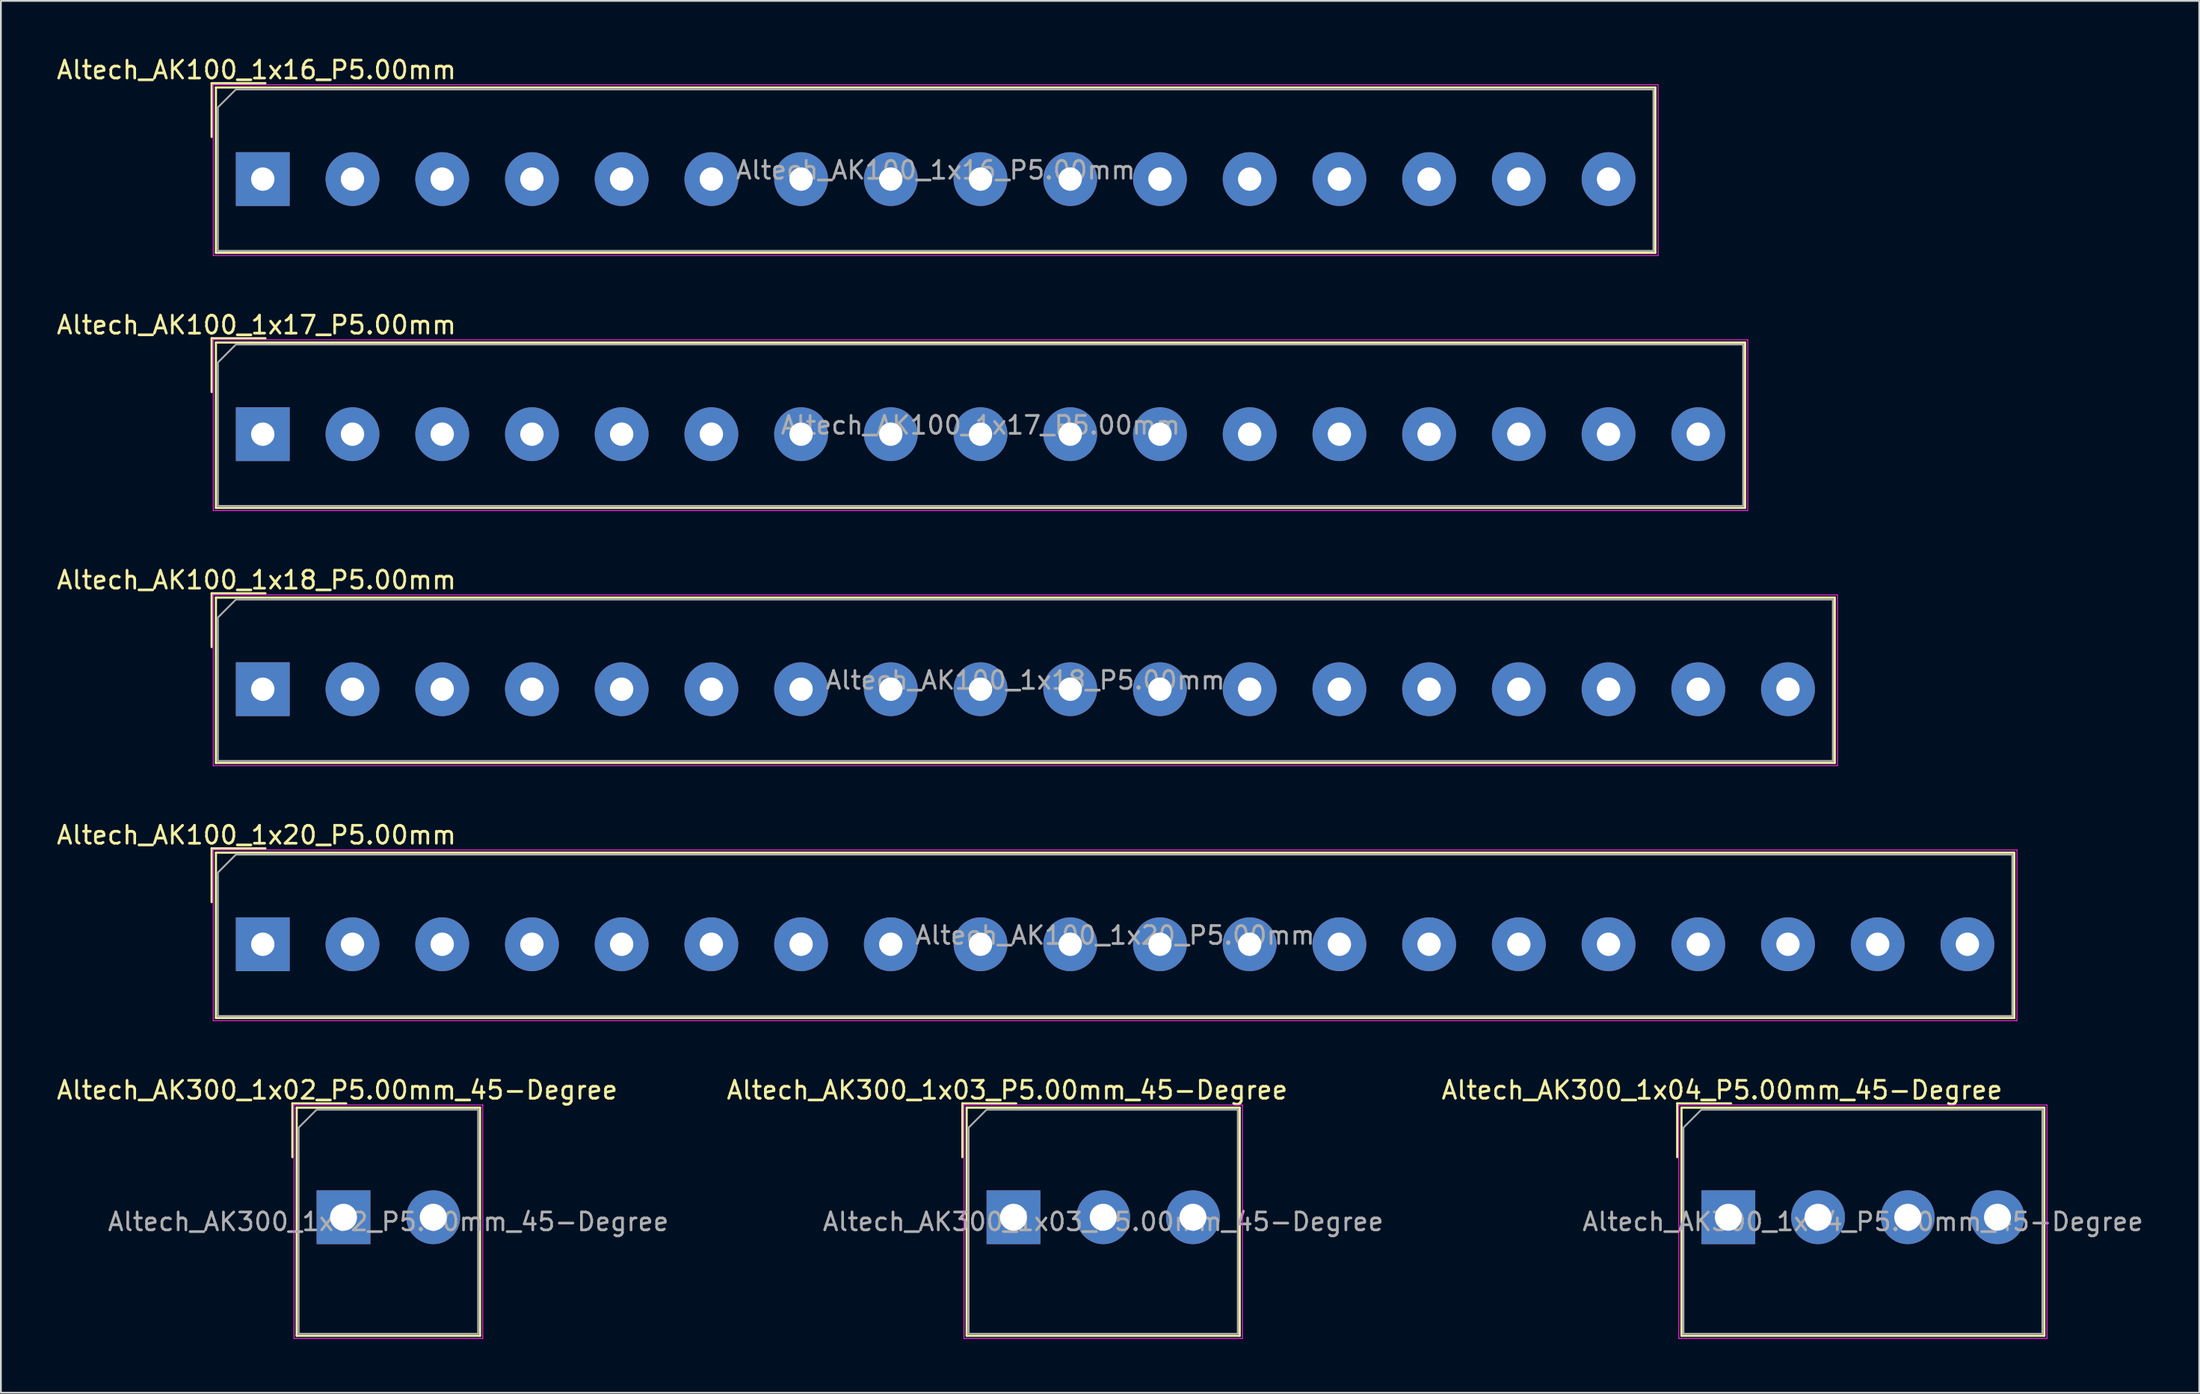
<source format=kicad_pcb>
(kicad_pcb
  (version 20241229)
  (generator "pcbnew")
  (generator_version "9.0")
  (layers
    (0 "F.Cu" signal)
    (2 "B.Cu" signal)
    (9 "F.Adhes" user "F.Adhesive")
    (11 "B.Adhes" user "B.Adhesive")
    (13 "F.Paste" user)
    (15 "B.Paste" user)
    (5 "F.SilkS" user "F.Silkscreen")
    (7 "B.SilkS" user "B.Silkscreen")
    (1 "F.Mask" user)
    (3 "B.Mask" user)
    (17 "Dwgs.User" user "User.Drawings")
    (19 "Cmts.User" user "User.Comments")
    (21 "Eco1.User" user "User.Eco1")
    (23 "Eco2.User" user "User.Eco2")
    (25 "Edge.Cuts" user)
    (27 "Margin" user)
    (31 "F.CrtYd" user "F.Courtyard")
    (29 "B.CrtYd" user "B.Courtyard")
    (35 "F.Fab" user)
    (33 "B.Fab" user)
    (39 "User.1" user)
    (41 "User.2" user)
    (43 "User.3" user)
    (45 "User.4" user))
  (footprint "Altech_AK100_1x16_P5.00mm"
    (layer "F.Cu")
    (at 11.594 6.938)
    (property "Reference" "Altech_AK100_1x16_P5.00mm" (at -0.35 -6.09 0) (layer "F.SilkS") (effects (font (size 1 1) (thickness 0.15))))
    (attr through_hole)
    (fp_line (start -2.85 -5.35) (end 0.15 -5.35) (stroke (width 0.12) (type solid)) (layer "F.SilkS"))
    (fp_line (start -2.85 -2.35) (end -2.85 -5.35) (stroke (width 0.12) (type solid)) (layer "F.SilkS"))
    (fp_line (start -2.61 -5.11) (end -2.61 4.11) (stroke (width 0.12) (type solid)) (layer "F.SilkS"))
    (fp_line (start -2.61 -5.11) (end 77.61 -5.11) (stroke (width 0.12) (type solid)) (layer "F.SilkS"))
    (fp_line (start -2.61 4.11) (end 77.61 4.11) (stroke (width 0.12) (type solid)) (layer "F.SilkS"))
    (fp_line (start 77.61 -5.11) (end 77.61 4.11) (stroke (width 0.12) (type solid)) (layer "F.SilkS"))
    (fp_line (start -2.76 -5.26) (end -2.76 4.26) (stroke (width 0.05) (type solid)) (layer "F.CrtYd"))
    (fp_line (start -2.76 4.26) (end 77.76 4.26) (stroke (width 0.05) (type solid)) (layer "F.CrtYd"))
    (fp_line (start 77.76 -5.26) (end -2.76 -5.26) (stroke (width 0.05) (type solid)) (layer "F.CrtYd"))
    (fp_line (start 77.76 4.26) (end 77.76 -5.26) (stroke (width 0.05) (type solid)) (layer "F.CrtYd"))
    (fp_poly (pts (xy -2.5 -4) (xy -2.5 4) (xy 77.5 4) (xy 77.5 -5) (xy -1.5 -5)) (stroke (width 0.1) (type solid)) (fill no) (layer "F.Fab"))
    (fp_text user "${REFERENCE}" (at 37.5 -0.5 0) (layer "F.Fab") (effects (font (size 1 1) (thickness 0.15))))
    (pad "1" thru_hole rect (at 0 0) (size 3 3) (drill 1.3) (layers "*.Cu" "*.Mask"))
    (pad "2" thru_hole circle (at 5 0) (size 3 3) (drill 1.3) (layers "*.Cu" "*.Mask"))
    (pad "3" thru_hole circle (at 10 0) (size 3 3) (drill 1.3) (layers "*.Cu" "*.Mask"))
    (pad "4" thru_hole circle (at 15 0) (size 3 3) (drill 1.3) (layers "*.Cu" "*.Mask"))
    (pad "5" thru_hole circle (at 20 0) (size 3 3) (drill 1.3) (layers "*.Cu" "*.Mask"))
    (pad "6" thru_hole circle (at 25 0) (size 3 3) (drill 1.3) (layers "*.Cu" "*.Mask"))
    (pad "7" thru_hole circle (at 30 0) (size 3 3) (drill 1.3) (layers "*.Cu" "*.Mask"))
    (pad "8" thru_hole circle (at 35 0) (size 3 3) (drill 1.3) (layers "*.Cu" "*.Mask"))
    (pad "9" thru_hole circle (at 40 0) (size 3 3) (drill 1.3) (layers "*.Cu" "*.Mask"))
    (pad "10" thru_hole circle (at 45 0) (size 3 3) (drill 1.3) (layers "*.Cu" "*.Mask"))
    (pad "11" thru_hole circle (at 50 0) (size 3 3) (drill 1.3) (layers "*.Cu" "*.Mask"))
    (pad "12" thru_hole circle (at 55 0) (size 3 3) (drill 1.3) (layers "*.Cu" "*.Mask"))
    (pad "13" thru_hole circle (at 60 0) (size 3 3) (drill 1.3) (layers "*.Cu" "*.Mask"))
    (pad "14" thru_hole circle (at 65 0) (size 3 3) (drill 1.3) (layers "*.Cu" "*.Mask"))
    (pad "15" thru_hole circle (at 70 0) (size 3 3) (drill 1.3) (layers "*.Cu" "*.Mask"))
    (pad "16" thru_hole circle (at 75 0) (size 3 3) (drill 1.3) (layers "*.Cu" "*.Mask")))
  (footprint "Altech_AK300_1x02_P5.00mm_45-Degree"
    (layer "F.Cu")
    (at 16.094 64.831)
    (property "Reference" "Altech_AK300_1x02_P5.00mm_45-Degree" (at -0.35 -7.09 0) (layer "F.SilkS") (effects (font (size 1 1) (thickness 0.15))))
    (attr through_hole)
    (fp_line (start -2.85 -6.35) (end 0.15 -6.35) (stroke (width 0.12) (type solid)) (layer "F.SilkS"))
    (fp_line (start -2.85 -3.35) (end -2.85 -6.35) (stroke (width 0.12) (type solid)) (layer "F.SilkS"))
    (fp_line (start -2.61 -6.11) (end -2.61 6.61) (stroke (width 0.12) (type solid)) (layer "F.SilkS"))
    (fp_line (start -2.61 -6.11) (end 7.61 -6.11) (stroke (width 0.12) (type solid)) (layer "F.SilkS"))
    (fp_line (start -2.61 6.61) (end 7.61 6.61) (stroke (width 0.12) (type solid)) (layer "F.SilkS"))
    (fp_line (start 7.61 -6.11) (end 7.61 6.61) (stroke (width 0.12) (type solid)) (layer "F.SilkS"))
    (fp_line (start -2.76 -6.26) (end -2.76 6.76) (stroke (width 0.05) (type solid)) (layer "F.CrtYd"))
    (fp_line (start -2.76 6.76) (end 7.76 6.76) (stroke (width 0.05) (type solid)) (layer "F.CrtYd"))
    (fp_line (start 7.76 -6.26) (end -2.76 -6.26) (stroke (width 0.05) (type solid)) (layer "F.CrtYd"))
    (fp_line (start 7.76 6.76) (end 7.76 -6.26) (stroke (width 0.05) (type solid)) (layer "F.CrtYd"))
    (fp_poly (pts (xy -2.5 -5) (xy -2.5 6.5) (xy 7.5 6.5) (xy 7.5 -6) (xy -1.5 -6)) (stroke (width 0.1) (type solid)) (fill no) (layer "F.Fab"))
    (fp_text user "${REFERENCE}" (at 2.5 0.25 0) (layer "F.Fab") (effects (font (size 1 1) (thickness 0.15))))
    (pad "1" thru_hole rect (at 0 0) (size 3 3) (drill 1.5) (layers "*.Cu" "*.Mask"))
    (pad "2" thru_hole circle (at 5 0) (size 3 3) (drill 1.5) (layers "*.Cu" "*.Mask")))
  (footprint "Altech_AK300_1x04_P5.00mm_45-Degree"
    (layer "F.Cu")
    (at 93.27 64.831)
    (property "Reference" "Altech_AK300_1x04_P5.00mm_45-Degree" (at -0.35 -7.09 0) (layer "F.SilkS") (effects (font (size 1 1) (thickness 0.15))))
    (attr through_hole)
    (fp_line (start -2.85 -6.35) (end 0.15 -6.35) (stroke (width 0.12) (type solid)) (layer "F.SilkS"))
    (fp_line (start -2.85 -3.35) (end -2.85 -6.35) (stroke (width 0.12) (type solid)) (layer "F.SilkS"))
    (fp_line (start -2.61 -6.11) (end -2.61 6.61) (stroke (width 0.12) (type solid)) (layer "F.SilkS"))
    (fp_line (start -2.61 -6.11) (end 17.61 -6.11) (stroke (width 0.12) (type solid)) (layer "F.SilkS"))
    (fp_line (start -2.61 6.61) (end 17.61 6.61) (stroke (width 0.12) (type solid)) (layer "F.SilkS"))
    (fp_line (start 17.61 -6.11) (end 17.61 6.61) (stroke (width 0.12) (type solid)) (layer "F.SilkS"))
    (fp_line (start -2.76 -6.26) (end -2.76 6.76) (stroke (width 0.05) (type solid)) (layer "F.CrtYd"))
    (fp_line (start -2.76 6.76) (end 17.76 6.76) (stroke (width 0.05) (type solid)) (layer "F.CrtYd"))
    (fp_line (start 17.76 -6.26) (end -2.76 -6.26) (stroke (width 0.05) (type solid)) (layer "F.CrtYd"))
    (fp_line (start 17.76 6.76) (end 17.76 -6.26) (stroke (width 0.05) (type solid)) (layer "F.CrtYd"))
    (fp_poly (pts (xy -2.5 -5) (xy -2.5 6.5) (xy 17.5 6.5) (xy 17.5 -6) (xy -1.5 -6)) (stroke (width 0.1) (type solid)) (fill no) (layer "F.Fab"))
    (fp_text user "${REFERENCE}" (at 7.5 0.25 0) (layer "F.Fab") (effects (font (size 1 1) (thickness 0.15))))
    (pad "1" thru_hole rect (at 0 0) (size 3 3) (drill 1.5) (layers "*.Cu" "*.Mask"))
    (pad "2" thru_hole circle (at 5 0) (size 3 3) (drill 1.5) (layers "*.Cu" "*.Mask"))
    (pad "3" thru_hole circle (at 10 0) (size 3 3) (drill 1.5) (layers "*.Cu" "*.Mask"))
    (pad "4" thru_hole circle (at 15 0) (size 3 3) (drill 1.5) (layers "*.Cu" "*.Mask")))
  (footprint "Altech_AK300_1x03_P5.00mm_45-Degree"
    (layer "F.Cu")
    (at 53.432 64.831)
    (property "Reference" "Altech_AK300_1x03_P5.00mm_45-Degree" (at -0.35 -7.09 0) (layer "F.SilkS") (effects (font (size 1 1) (thickness 0.15))))
    (attr through_hole)
    (fp_line (start -2.85 -6.35) (end 0.15 -6.35) (stroke (width 0.12) (type solid)) (layer "F.SilkS"))
    (fp_line (start -2.85 -3.35) (end -2.85 -6.35) (stroke (width 0.12) (type solid)) (layer "F.SilkS"))
    (fp_line (start -2.61 -6.11) (end -2.61 6.61) (stroke (width 0.12) (type solid)) (layer "F.SilkS"))
    (fp_line (start -2.61 -6.11) (end 12.61 -6.11) (stroke (width 0.12) (type solid)) (layer "F.SilkS"))
    (fp_line (start -2.61 6.61) (end 12.61 6.61) (stroke (width 0.12) (type solid)) (layer "F.SilkS"))
    (fp_line (start 12.61 -6.11) (end 12.61 6.61) (stroke (width 0.12) (type solid)) (layer "F.SilkS"))
    (fp_line (start -2.76 -6.26) (end -2.76 6.76) (stroke (width 0.05) (type solid)) (layer "F.CrtYd"))
    (fp_line (start -2.76 6.76) (end 12.76 6.76) (stroke (width 0.05) (type solid)) (layer "F.CrtYd"))
    (fp_line (start 12.76 -6.26) (end -2.76 -6.26) (stroke (width 0.05) (type solid)) (layer "F.CrtYd"))
    (fp_line (start 12.76 6.76) (end 12.76 -6.26) (stroke (width 0.05) (type solid)) (layer "F.CrtYd"))
    (fp_poly (pts (xy -2.5 -5) (xy -2.5 6.5) (xy 12.5 6.5) (xy 12.5 -6) (xy -1.5 -6)) (stroke (width 0.1) (type solid)) (fill no) (layer "F.Fab"))
    (fp_text user "${REFERENCE}" (at 5 0.25 0) (layer "F.Fab") (effects (font (size 1 1) (thickness 0.15))))
    (pad "1" thru_hole rect (at 0 0) (size 3 3) (drill 1.5) (layers "*.Cu" "*.Mask"))
    (pad "2" thru_hole circle (at 5 0) (size 3 3) (drill 1.5) (layers "*.Cu" "*.Mask"))
    (pad "3" thru_hole circle (at 10 0) (size 3 3) (drill 1.5) (layers "*.Cu" "*.Mask")))
  (footprint "Altech_AK100_1x18_P5.00mm"
    (layer "F.Cu")
    (at 11.594 35.385)
    (property "Reference" "Altech_AK100_1x18_P5.00mm" (at -0.35 -6.09 0) (layer "F.SilkS") (effects (font (size 1 1) (thickness 0.15))))
    (attr through_hole)
    (fp_line (start -2.85 -5.35) (end 0.15 -5.35) (stroke (width 0.12) (type solid)) (layer "F.SilkS"))
    (fp_line (start -2.85 -2.35) (end -2.85 -5.35) (stroke (width 0.12) (type solid)) (layer "F.SilkS"))
    (fp_line (start -2.61 -5.11) (end -2.61 4.11) (stroke (width 0.12) (type solid)) (layer "F.SilkS"))
    (fp_line (start -2.61 -5.11) (end 87.61 -5.11) (stroke (width 0.12) (type solid)) (layer "F.SilkS"))
    (fp_line (start -2.61 4.11) (end 87.61 4.11) (stroke (width 0.12) (type solid)) (layer "F.SilkS"))
    (fp_line (start 87.61 -5.11) (end 87.61 4.11) (stroke (width 0.12) (type solid)) (layer "F.SilkS"))
    (fp_line (start -2.76 -5.26) (end -2.76 4.26) (stroke (width 0.05) (type solid)) (layer "F.CrtYd"))
    (fp_line (start -2.76 4.26) (end 87.76 4.26) (stroke (width 0.05) (type solid)) (layer "F.CrtYd"))
    (fp_line (start 87.76 -5.26) (end -2.76 -5.26) (stroke (width 0.05) (type solid)) (layer "F.CrtYd"))
    (fp_line (start 87.76 4.26) (end 87.76 -5.26) (stroke (width 0.05) (type solid)) (layer "F.CrtYd"))
    (fp_poly (pts (xy -2.5 -4) (xy -2.5 4) (xy 87.5 4) (xy 87.5 -5) (xy -1.5 -5)) (stroke (width 0.1) (type solid)) (fill no) (layer "F.Fab"))
    (fp_text user "${REFERENCE}" (at 42.5 -0.5 0) (layer "F.Fab") (effects (font (size 1 1) (thickness 0.15))))
    (pad "1" thru_hole rect (at 0 0) (size 3 3) (drill 1.3) (layers "*.Cu" "*.Mask"))
    (pad "2" thru_hole circle (at 5 0) (size 3 3) (drill 1.3) (layers "*.Cu" "*.Mask"))
    (pad "3" thru_hole circle (at 10 0) (size 3 3) (drill 1.3) (layers "*.Cu" "*.Mask"))
    (pad "4" thru_hole circle (at 15 0) (size 3 3) (drill 1.3) (layers "*.Cu" "*.Mask"))
    (pad "5" thru_hole circle (at 20 0) (size 3 3) (drill 1.3) (layers "*.Cu" "*.Mask"))
    (pad "6" thru_hole circle (at 25 0) (size 3 3) (drill 1.3) (layers "*.Cu" "*.Mask"))
    (pad "7" thru_hole circle (at 30 0) (size 3 3) (drill 1.3) (layers "*.Cu" "*.Mask"))
    (pad "8" thru_hole circle (at 35 0) (size 3 3) (drill 1.3) (layers "*.Cu" "*.Mask"))
    (pad "9" thru_hole circle (at 40 0) (size 3 3) (drill 1.3) (layers "*.Cu" "*.Mask"))
    (pad "10" thru_hole circle (at 45 0) (size 3 3) (drill 1.3) (layers "*.Cu" "*.Mask"))
    (pad "11" thru_hole circle (at 50 0) (size 3 3) (drill 1.3) (layers "*.Cu" "*.Mask"))
    (pad "12" thru_hole circle (at 55 0) (size 3 3) (drill 1.3) (layers "*.Cu" "*.Mask"))
    (pad "13" thru_hole circle (at 60 0) (size 3 3) (drill 1.3) (layers "*.Cu" "*.Mask"))
    (pad "14" thru_hole circle (at 65 0) (size 3 3) (drill 1.3) (layers "*.Cu" "*.Mask"))
    (pad "15" thru_hole circle (at 70 0) (size 3 3) (drill 1.3) (layers "*.Cu" "*.Mask"))
    (pad "16" thru_hole circle (at 75 0) (size 3 3) (drill 1.3) (layers "*.Cu" "*.Mask"))
    (pad "17" thru_hole circle (at 80 0) (size 3 3) (drill 1.3) (layers "*.Cu" "*.Mask"))
    (pad "18" thru_hole circle (at 85 0) (size 3 3) (drill 1.3) (layers "*.Cu" "*.Mask")))
  (footprint "Altech_AK100_1x17_P5.00mm"
    (layer "F.Cu")
    (at 11.594 21.162)
    (property "Reference" "Altech_AK100_1x17_P5.00mm" (at -0.35 -6.09 0) (layer "F.SilkS") (effects (font (size 1 1) (thickness 0.15))))
    (attr through_hole)
    (fp_line (start -2.85 -5.35) (end 0.15 -5.35) (stroke (width 0.12) (type solid)) (layer "F.SilkS"))
    (fp_line (start -2.85 -2.35) (end -2.85 -5.35) (stroke (width 0.12) (type solid)) (layer "F.SilkS"))
    (fp_line (start -2.61 -5.11) (end -2.61 4.11) (stroke (width 0.12) (type solid)) (layer "F.SilkS"))
    (fp_line (start -2.61 -5.11) (end 82.61 -5.11) (stroke (width 0.12) (type solid)) (layer "F.SilkS"))
    (fp_line (start -2.61 4.11) (end 82.61 4.11) (stroke (width 0.12) (type solid)) (layer "F.SilkS"))
    (fp_line (start 82.61 -5.11) (end 82.61 4.11) (stroke (width 0.12) (type solid)) (layer "F.SilkS"))
    (fp_line (start -2.76 -5.26) (end -2.76 4.26) (stroke (width 0.05) (type solid)) (layer "F.CrtYd"))
    (fp_line (start -2.76 4.26) (end 82.76 4.26) (stroke (width 0.05) (type solid)) (layer "F.CrtYd"))
    (fp_line (start 82.76 -5.26) (end -2.76 -5.26) (stroke (width 0.05) (type solid)) (layer "F.CrtYd"))
    (fp_line (start 82.76 4.26) (end 82.76 -5.26) (stroke (width 0.05) (type solid)) (layer "F.CrtYd"))
    (fp_poly (pts (xy -2.5 -4) (xy -2.5 4) (xy 82.5 4) (xy 82.5 -5) (xy -1.5 -5)) (stroke (width 0.1) (type solid)) (fill no) (layer "F.Fab"))
    (fp_text user "${REFERENCE}" (at 40 -0.5 0) (layer "F.Fab") (effects (font (size 1 1) (thickness 0.15))))
    (pad "1" thru_hole rect (at 0 0) (size 3 3) (drill 1.3) (layers "*.Cu" "*.Mask"))
    (pad "2" thru_hole circle (at 5 0) (size 3 3) (drill 1.3) (layers "*.Cu" "*.Mask"))
    (pad "3" thru_hole circle (at 10 0) (size 3 3) (drill 1.3) (layers "*.Cu" "*.Mask"))
    (pad "4" thru_hole circle (at 15 0) (size 3 3) (drill 1.3) (layers "*.Cu" "*.Mask"))
    (pad "5" thru_hole circle (at 20 0) (size 3 3) (drill 1.3) (layers "*.Cu" "*.Mask"))
    (pad "6" thru_hole circle (at 25 0) (size 3 3) (drill 1.3) (layers "*.Cu" "*.Mask"))
    (pad "7" thru_hole circle (at 30 0) (size 3 3) (drill 1.3) (layers "*.Cu" "*.Mask"))
    (pad "8" thru_hole circle (at 35 0) (size 3 3) (drill 1.3) (layers "*.Cu" "*.Mask"))
    (pad "9" thru_hole circle (at 40 0) (size 3 3) (drill 1.3) (layers "*.Cu" "*.Mask"))
    (pad "10" thru_hole circle (at 45 0) (size 3 3) (drill 1.3) (layers "*.Cu" "*.Mask"))
    (pad "11" thru_hole circle (at 50 0) (size 3 3) (drill 1.3) (layers "*.Cu" "*.Mask"))
    (pad "12" thru_hole circle (at 55 0) (size 3 3) (drill 1.3) (layers "*.Cu" "*.Mask"))
    (pad "13" thru_hole circle (at 60 0) (size 3 3) (drill 1.3) (layers "*.Cu" "*.Mask"))
    (pad "14" thru_hole circle (at 65 0) (size 3 3) (drill 1.3) (layers "*.Cu" "*.Mask"))
    (pad "15" thru_hole circle (at 70 0) (size 3 3) (drill 1.3) (layers "*.Cu" "*.Mask"))
    (pad "16" thru_hole circle (at 75 0) (size 3 3) (drill 1.3) (layers "*.Cu" "*.Mask"))
    (pad "17" thru_hole circle (at 80 0) (size 3 3) (drill 1.3) (layers "*.Cu" "*.Mask")))
  (footprint "Altech_AK100_1x20_P5.00mm"
    (layer "F.Cu")
    (at 11.594 49.608)
    (property "Reference" "Altech_AK100_1x20_P5.00mm" (at -0.35 -6.09 0) (layer "F.SilkS") (effects (font (size 1 1) (thickness 0.15))))
    (attr through_hole)
    (fp_line (start -2.85 -5.35) (end 0.15 -5.35) (stroke (width 0.12) (type solid)) (layer "F.SilkS"))
    (fp_line (start -2.85 -2.35) (end -2.85 -5.35) (stroke (width 0.12) (type solid)) (layer "F.SilkS"))
    (fp_line (start -2.61 -5.11) (end -2.61 4.11) (stroke (width 0.12) (type solid)) (layer "F.SilkS"))
    (fp_line (start -2.61 -5.11) (end 97.61 -5.11) (stroke (width 0.12) (type solid)) (layer "F.SilkS"))
    (fp_line (start -2.61 4.11) (end 97.61 4.11) (stroke (width 0.12) (type solid)) (layer "F.SilkS"))
    (fp_line (start 97.61 -5.11) (end 97.61 4.11) (stroke (width 0.12) (type solid)) (layer "F.SilkS"))
    (fp_line (start -2.76 -5.26) (end -2.76 4.26) (stroke (width 0.05) (type solid)) (layer "F.CrtYd"))
    (fp_line (start -2.76 4.26) (end 97.76 4.26) (stroke (width 0.05) (type solid)) (layer "F.CrtYd"))
    (fp_line (start 97.76 -5.26) (end -2.76 -5.26) (stroke (width 0.05) (type solid)) (layer "F.CrtYd"))
    (fp_line (start 97.76 4.26) (end 97.76 -5.26) (stroke (width 0.05) (type solid)) (layer "F.CrtYd"))
    (fp_poly (pts (xy -2.5 -4) (xy -2.5 4) (xy 97.5 4) (xy 97.5 -5) (xy -1.5 -5)) (stroke (width 0.1) (type solid)) (fill no) (layer "F.Fab"))
    (fp_text user "${REFERENCE}" (at 47.5 -0.5 0) (layer "F.Fab") (effects (font (size 1 1) (thickness 0.15))))
    (pad "1" thru_hole rect (at 0 0) (size 3 3) (drill 1.3) (layers "*.Cu" "*.Mask"))
    (pad "2" thru_hole circle (at 5 0) (size 3 3) (drill 1.3) (layers "*.Cu" "*.Mask"))
    (pad "3" thru_hole circle (at 10 0) (size 3 3) (drill 1.3) (layers "*.Cu" "*.Mask"))
    (pad "4" thru_hole circle (at 15 0) (size 3 3) (drill 1.3) (layers "*.Cu" "*.Mask"))
    (pad "5" thru_hole circle (at 20 0) (size 3 3) (drill 1.3) (layers "*.Cu" "*.Mask"))
    (pad "6" thru_hole circle (at 25 0) (size 3 3) (drill 1.3) (layers "*.Cu" "*.Mask"))
    (pad "7" thru_hole circle (at 30 0) (size 3 3) (drill 1.3) (layers "*.Cu" "*.Mask"))
    (pad "8" thru_hole circle (at 35 0) (size 3 3) (drill 1.3) (layers "*.Cu" "*.Mask"))
    (pad "9" thru_hole circle (at 40 0) (size 3 3) (drill 1.3) (layers "*.Cu" "*.Mask"))
    (pad "10" thru_hole circle (at 45 0) (size 3 3) (drill 1.3) (layers "*.Cu" "*.Mask"))
    (pad "11" thru_hole circle (at 50 0) (size 3 3) (drill 1.3) (layers "*.Cu" "*.Mask"))
    (pad "12" thru_hole circle (at 55 0) (size 3 3) (drill 1.3) (layers "*.Cu" "*.Mask"))
    (pad "13" thru_hole circle (at 60 0) (size 3 3) (drill 1.3) (layers "*.Cu" "*.Mask"))
    (pad "14" thru_hole circle (at 65 0) (size 3 3) (drill 1.3) (layers "*.Cu" "*.Mask"))
    (pad "15" thru_hole circle (at 70 0) (size 3 3) (drill 1.3) (layers "*.Cu" "*.Mask"))
    (pad "16" thru_hole circle (at 75 0) (size 3 3) (drill 1.3) (layers "*.Cu" "*.Mask"))
    (pad "17" thru_hole circle (at 80 0) (size 3 3) (drill 1.3) (layers "*.Cu" "*.Mask"))
    (pad "18" thru_hole circle (at 85 0) (size 3 3) (drill 1.3) (layers "*.Cu" "*.Mask"))
    (pad "19" thru_hole circle (at 90 0) (size 3 3) (drill 1.3) (layers "*.Cu" "*.Mask"))
    (pad "20" thru_hole circle (at 95 0) (size 3 3) (drill 1.3) (layers "*.Cu" "*.Mask")))
  (gr_rect
    (start -3 -3)
    (end 119.514 74.616)
    (stroke (width 0.1) (type default))
    (fill no)
    (layer "Edge.Cuts")))
</source>
